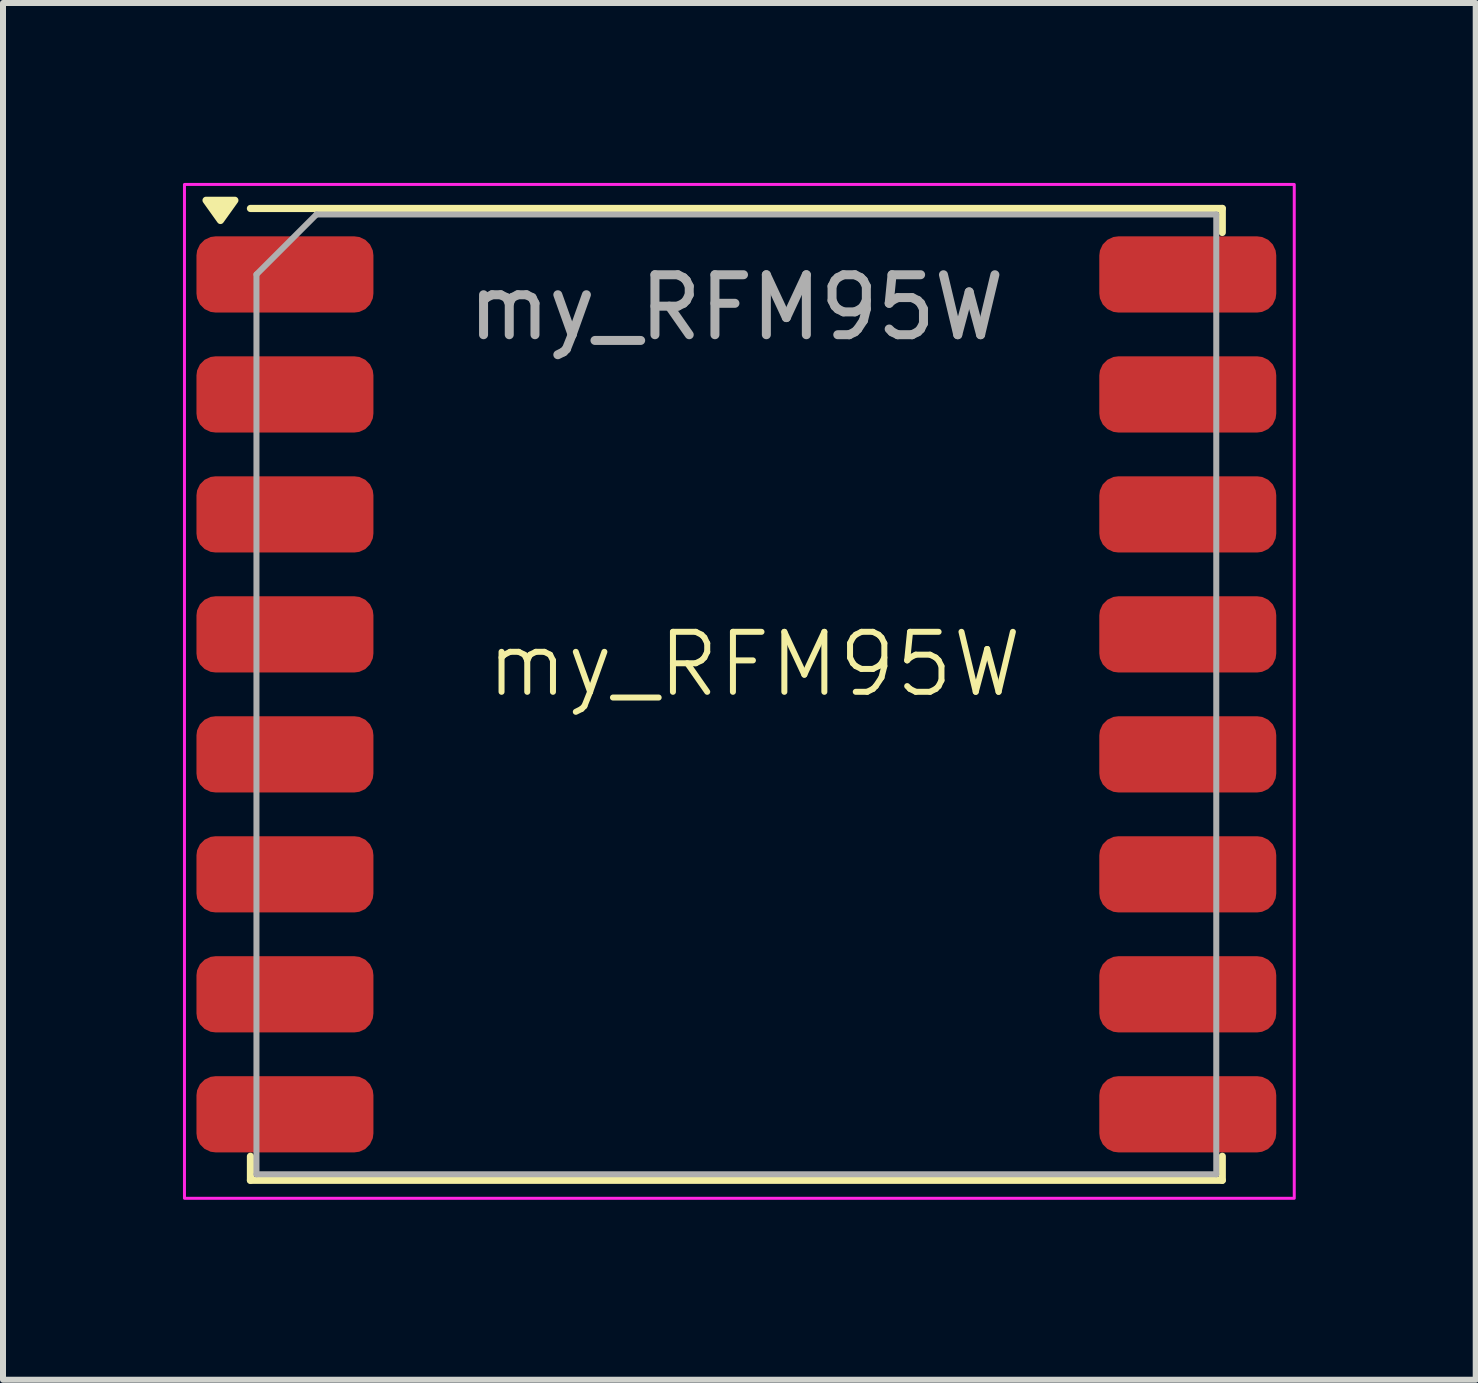
<source format=kicad_pcb>
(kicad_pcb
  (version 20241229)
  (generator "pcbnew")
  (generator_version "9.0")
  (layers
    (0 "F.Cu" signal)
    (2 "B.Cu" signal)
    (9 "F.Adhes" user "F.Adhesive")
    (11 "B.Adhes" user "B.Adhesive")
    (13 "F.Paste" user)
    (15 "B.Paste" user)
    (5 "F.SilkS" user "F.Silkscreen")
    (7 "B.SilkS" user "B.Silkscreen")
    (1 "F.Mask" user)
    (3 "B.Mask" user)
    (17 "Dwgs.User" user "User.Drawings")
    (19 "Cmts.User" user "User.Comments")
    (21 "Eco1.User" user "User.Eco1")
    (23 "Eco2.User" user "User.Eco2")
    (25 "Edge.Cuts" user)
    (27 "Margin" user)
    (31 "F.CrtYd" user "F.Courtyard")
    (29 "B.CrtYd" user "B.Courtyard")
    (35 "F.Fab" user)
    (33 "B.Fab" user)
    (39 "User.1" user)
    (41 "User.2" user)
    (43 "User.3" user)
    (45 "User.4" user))
  (footprint "my_RFM95W"
    (layer "F.Cu")
    (at 9.525 8.525)
    (property "Reference" "my_RFM95W" (at 0 -0.5 0) (unlocked yes) (layer "F.SilkS") (effects (font (size 1 1) (thickness 0.1))))
    (attr smd)
    (fp_line (start -8.4 -8.1) (end 7.8 -8.1) (stroke (width 0.12) (type solid)) (layer "F.SilkS"))
    (fp_line (start -8.4 7.7) (end -8.4 8.1) (stroke (width 0.12) (type solid)) (layer "F.SilkS"))
    (fp_line (start -8.4 8.1) (end 7.8 8.1) (stroke (width 0.12) (type solid)) (layer "F.SilkS"))
    (fp_line (start 7.8 -8.1) (end 7.8 -7.7) (stroke (width 0.12) (type solid)) (layer "F.SilkS"))
    (fp_line (start 7.8 8.1) (end 7.8 7.7) (stroke (width 0.12) (type solid)) (layer "F.SilkS"))
    (fp_poly (pts (xy -8.9 -7.9) (xy -9.14 -8.236) (xy -8.66 -8.236) (xy -8.9 -7.9)) (stroke (width 0.12) (type solid)) (fill yes) (layer "F.SilkS"))
    (fp_rect (start -9.5 -8.5) (end 9 8.4) (stroke (width 0.05) (type default)) (fill no) (layer "F.CrtYd"))
    (fp_line (start -8.3 8) (end -8.3 -7) (stroke (width 0.1) (type solid)) (layer "F.Fab"))
    (fp_line (start -8.3 8) (end 7.7 8) (stroke (width 0.1) (type solid)) (layer "F.Fab"))
    (fp_line (start -7.3 -8) (end -8.3 -7) (stroke (width 0.1) (type solid)) (layer "F.Fab"))
    (fp_line (start -7.3 -8) (end 7.7 -8) (stroke (width 0.1) (type solid)) (layer "F.Fab"))
    (fp_line (start 7.7 8) (end 7.7 -8) (stroke (width 0.1) (type solid)) (layer "F.Fab"))
    (fp_text user "${REFERENCE}" (at -0.3 -6.45 0) (layer "F.Fab") (effects (font (size 1 1) (thickness 0.15))))
    (pad "1" smd roundrect (at -7.825 -7) (size 2.95 1.27) (layers "F.Cu" "F.Mask" "F.Paste") (roundrect_rratio 0.25))
    (pad "2" smd roundrect (at -7.825 -5) (size 2.95 1.27) (layers "F.Cu" "F.Mask" "F.Paste") (roundrect_rratio 0.25))
    (pad "3" smd roundrect (at -7.825 -3) (size 2.95 1.27) (layers "F.Cu" "F.Mask" "F.Paste") (roundrect_rratio 0.25))
    (pad "4" smd roundrect (at -7.825 -1) (size 2.95 1.27) (layers "F.Cu" "F.Mask" "F.Paste") (roundrect_rratio 0.25))
    (pad "5" smd roundrect (at -7.825 1) (size 2.95 1.27) (layers "F.Cu" "F.Mask" "F.Paste") (roundrect_rratio 0.25))
    (pad "6" smd roundrect (at -7.825 3) (size 2.95 1.27) (layers "F.Cu" "F.Mask" "F.Paste") (roundrect_rratio 0.25))
    (pad "7" smd roundrect (at -7.825 5) (size 2.95 1.27) (layers "F.Cu" "F.Mask" "F.Paste") (roundrect_rratio 0.25))
    (pad "8" smd roundrect (at -7.825 7) (size 2.95 1.27) (layers "F.Cu" "F.Mask" "F.Paste") (roundrect_rratio 0.25))
    (pad "9" smd roundrect (at 7.225 7) (size 2.95 1.27) (layers "F.Cu" "F.Mask" "F.Paste") (roundrect_rratio 0.25))
    (pad "10" smd roundrect (at 7.225 5) (size 2.95 1.27) (layers "F.Cu" "F.Mask" "F.Paste") (roundrect_rratio 0.25))
    (pad "11" smd roundrect (at 7.225 3) (size 2.95 1.27) (layers "F.Cu" "F.Mask" "F.Paste") (roundrect_rratio 0.25))
    (pad "12" smd roundrect (at 7.225 1) (size 2.95 1.27) (layers "F.Cu" "F.Mask" "F.Paste") (roundrect_rratio 0.25))
    (pad "13" smd roundrect (at 7.225 -1) (size 2.95 1.27) (layers "F.Cu" "F.Mask" "F.Paste") (roundrect_rratio 0.25))
    (pad "14" smd roundrect (at 7.225 -3) (size 2.95 1.27) (layers "F.Cu" "F.Mask" "F.Paste") (roundrect_rratio 0.25))
    (pad "15" smd roundrect (at 7.225 -5) (size 2.95 1.27) (layers "F.Cu" "F.Mask" "F.Paste") (roundrect_rratio 0.25))
    (pad "16" smd roundrect (at 7.225 -7) (size 2.95 1.27) (layers "F.Cu" "F.Mask" "F.Paste") (roundrect_rratio 0.25)))
  (gr_rect
    (start -3 -3)
    (end 21.55 19.95)
    (stroke (width 0.1) (type default))
    (fill no)
    (layer "Edge.Cuts")))
</source>
